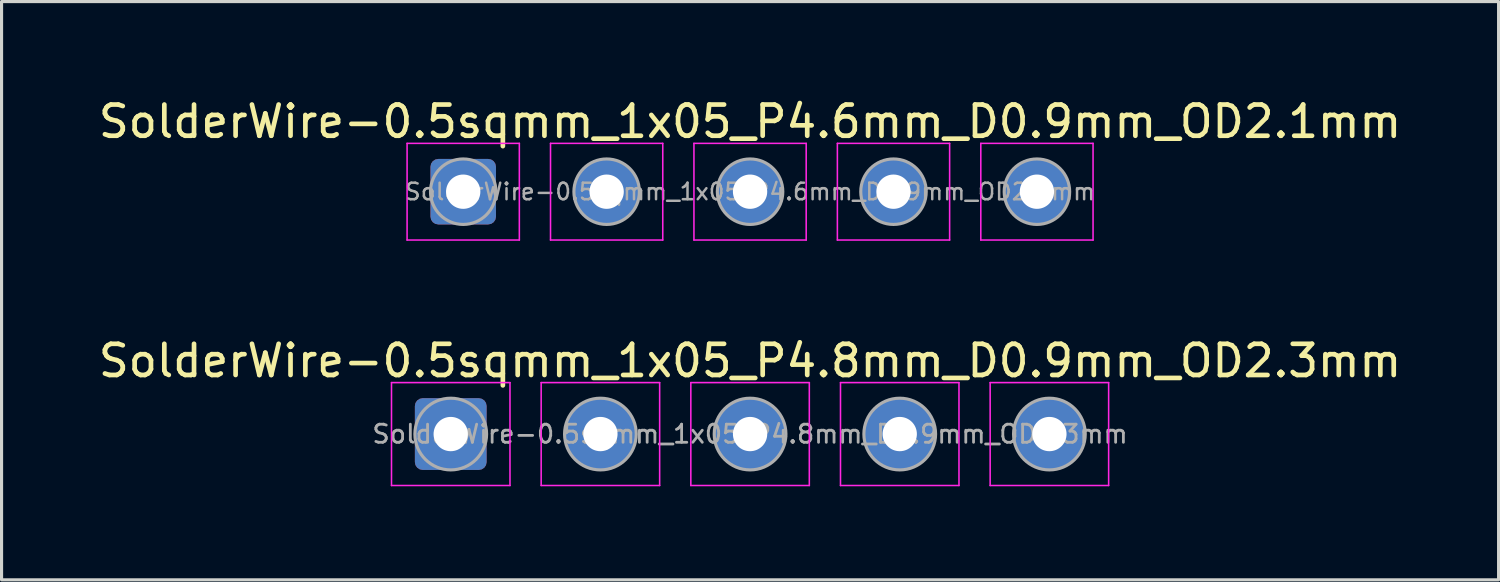
<source format=kicad_pcb>
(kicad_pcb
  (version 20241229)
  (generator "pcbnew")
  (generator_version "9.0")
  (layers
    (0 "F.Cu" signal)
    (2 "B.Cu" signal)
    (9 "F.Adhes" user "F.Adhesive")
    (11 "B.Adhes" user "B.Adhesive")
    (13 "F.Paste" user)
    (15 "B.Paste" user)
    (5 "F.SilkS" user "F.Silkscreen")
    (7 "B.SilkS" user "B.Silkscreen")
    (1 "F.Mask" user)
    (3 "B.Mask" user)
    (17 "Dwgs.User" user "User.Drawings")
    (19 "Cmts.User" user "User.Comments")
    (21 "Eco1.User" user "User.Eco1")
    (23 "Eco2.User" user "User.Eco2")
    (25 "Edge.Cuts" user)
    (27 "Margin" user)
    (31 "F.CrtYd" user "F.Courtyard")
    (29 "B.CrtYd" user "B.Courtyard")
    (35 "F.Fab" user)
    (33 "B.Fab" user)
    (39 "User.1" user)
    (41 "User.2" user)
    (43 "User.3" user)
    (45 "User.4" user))
  (footprint "SolderWire-0.5sqmm_1x05_P4.8mm_D0.9mm_OD2.3mm"
    (layer "F.Cu")
    (at 11.406 10.871)
    (property "Reference" "SolderWire-0.5sqmm_1x05_P4.8mm_D0.9mm_OD2.3mm" (at 9.6 -2.35 0) (layer "F.SilkS") (effects (font (size 1 1) (thickness 0.15))))
    (attr exclude_from_pos_files exclude_from_bom)
    (fp_line (start -1.9 -1.65) (end -1.9 1.65) (stroke (width 0.05) (type solid)) (layer "F.CrtYd"))
    (fp_line (start -1.9 1.65) (end 1.9 1.65) (stroke (width 0.05) (type solid)) (layer "F.CrtYd"))
    (fp_line (start 1.9 -1.65) (end -1.9 -1.65) (stroke (width 0.05) (type solid)) (layer "F.CrtYd"))
    (fp_line (start 1.9 1.65) (end 1.9 -1.65) (stroke (width 0.05) (type solid)) (layer "F.CrtYd"))
    (fp_line (start 2.9 -1.65) (end 2.9 1.65) (stroke (width 0.05) (type solid)) (layer "F.CrtYd"))
    (fp_line (start 2.9 1.65) (end 6.7 1.65) (stroke (width 0.05) (type solid)) (layer "F.CrtYd"))
    (fp_line (start 6.7 -1.65) (end 2.9 -1.65) (stroke (width 0.05) (type solid)) (layer "F.CrtYd"))
    (fp_line (start 6.7 1.65) (end 6.7 -1.65) (stroke (width 0.05) (type solid)) (layer "F.CrtYd"))
    (fp_line (start 7.7 -1.65) (end 7.7 1.65) (stroke (width 0.05) (type solid)) (layer "F.CrtYd"))
    (fp_line (start 7.7 1.65) (end 11.5 1.65) (stroke (width 0.05) (type solid)) (layer "F.CrtYd"))
    (fp_line (start 11.5 -1.65) (end 7.7 -1.65) (stroke (width 0.05) (type solid)) (layer "F.CrtYd"))
    (fp_line (start 11.5 1.65) (end 11.5 -1.65) (stroke (width 0.05) (type solid)) (layer "F.CrtYd"))
    (fp_line (start 12.5 -1.65) (end 12.5 1.65) (stroke (width 0.05) (type solid)) (layer "F.CrtYd"))
    (fp_line (start 12.5 1.65) (end 16.3 1.65) (stroke (width 0.05) (type solid)) (layer "F.CrtYd"))
    (fp_line (start 16.3 -1.65) (end 12.5 -1.65) (stroke (width 0.05) (type solid)) (layer "F.CrtYd"))
    (fp_line (start 16.3 1.65) (end 16.3 -1.65) (stroke (width 0.05) (type solid)) (layer "F.CrtYd"))
    (fp_line (start 17.3 -1.65) (end 17.3 1.65) (stroke (width 0.05) (type solid)) (layer "F.CrtYd"))
    (fp_line (start 17.3 1.65) (end 21.1 1.65) (stroke (width 0.05) (type solid)) (layer "F.CrtYd"))
    (fp_line (start 21.1 -1.65) (end 17.3 -1.65) (stroke (width 0.05) (type solid)) (layer "F.CrtYd"))
    (fp_line (start 21.1 1.65) (end 21.1 -1.65) (stroke (width 0.05) (type solid)) (layer "F.CrtYd"))
    (fp_circle (center 0 0) (end 1.15 0) (stroke (width 0.1) (type solid)) (fill no) (layer "F.Fab"))
    (fp_circle (center 4.8 0) (end 5.95 0) (stroke (width 0.1) (type solid)) (fill no) (layer "F.Fab"))
    (fp_circle (center 9.6 0) (end 10.75 0) (stroke (width 0.1) (type solid)) (fill no) (layer "F.Fab"))
    (fp_circle (center 14.4 0) (end 15.55 0) (stroke (width 0.1) (type solid)) (fill no) (layer "F.Fab"))
    (fp_circle (center 19.2 0) (end 20.35 0) (stroke (width 0.1) (type solid)) (fill no) (layer "F.Fab"))
    (fp_text user "${REFERENCE}" (at 9.6 0 0) (layer "F.Fab") (effects (font (size 0.58 0.58) (thickness 0.09))))
    (pad "1" thru_hole roundrect (at 0 0) (size 2.3 2.3) (drill 1.1) (layers "*.Cu" "*.Mask") (roundrect_rratio 0.109))
    (pad "2" thru_hole circle (at 4.8 0) (size 2.3 2.3) (drill 1.1) (layers "*.Cu" "*.Mask"))
    (pad "3" thru_hole circle (at 9.6 0) (size 2.3 2.3) (drill 1.1) (layers "*.Cu" "*.Mask"))
    (pad "4" thru_hole circle (at 14.4 0) (size 2.3 2.3) (drill 1.1) (layers "*.Cu" "*.Mask"))
    (pad "5" thru_hole circle (at 19.2 0) (size 2.3 2.3) (drill 1.1) (layers "*.Cu" "*.Mask")))
  (footprint "SolderWire-0.5sqmm_1x05_P4.6mm_D0.9mm_OD2.1mm"
    (layer "F.Cu")
    (at 11.806 3.098)
    (property "Reference" "SolderWire-0.5sqmm_1x05_P4.6mm_D0.9mm_OD2.1mm" (at 9.2 -2.25 0) (layer "F.SilkS") (effects (font (size 1 1) (thickness 0.15))))
    (attr exclude_from_pos_files exclude_from_bom)
    (fp_line (start -1.8 -1.55) (end -1.8 1.55) (stroke (width 0.05) (type solid)) (layer "F.CrtYd"))
    (fp_line (start -1.8 1.55) (end 1.8 1.55) (stroke (width 0.05) (type solid)) (layer "F.CrtYd"))
    (fp_line (start 1.8 -1.55) (end -1.8 -1.55) (stroke (width 0.05) (type solid)) (layer "F.CrtYd"))
    (fp_line (start 1.8 1.55) (end 1.8 -1.55) (stroke (width 0.05) (type solid)) (layer "F.CrtYd"))
    (fp_line (start 2.8 -1.55) (end 2.8 1.55) (stroke (width 0.05) (type solid)) (layer "F.CrtYd"))
    (fp_line (start 2.8 1.55) (end 6.4 1.55) (stroke (width 0.05) (type solid)) (layer "F.CrtYd"))
    (fp_line (start 6.4 -1.55) (end 2.8 -1.55) (stroke (width 0.05) (type solid)) (layer "F.CrtYd"))
    (fp_line (start 6.4 1.55) (end 6.4 -1.55) (stroke (width 0.05) (type solid)) (layer "F.CrtYd"))
    (fp_line (start 7.4 -1.55) (end 7.4 1.55) (stroke (width 0.05) (type solid)) (layer "F.CrtYd"))
    (fp_line (start 7.4 1.55) (end 11 1.55) (stroke (width 0.05) (type solid)) (layer "F.CrtYd"))
    (fp_line (start 11 -1.55) (end 7.4 -1.55) (stroke (width 0.05) (type solid)) (layer "F.CrtYd"))
    (fp_line (start 11 1.55) (end 11 -1.55) (stroke (width 0.05) (type solid)) (layer "F.CrtYd"))
    (fp_line (start 12 -1.55) (end 12 1.55) (stroke (width 0.05) (type solid)) (layer "F.CrtYd"))
    (fp_line (start 12 1.55) (end 15.6 1.55) (stroke (width 0.05) (type solid)) (layer "F.CrtYd"))
    (fp_line (start 15.6 -1.55) (end 12 -1.55) (stroke (width 0.05) (type solid)) (layer "F.CrtYd"))
    (fp_line (start 15.6 1.55) (end 15.6 -1.55) (stroke (width 0.05) (type solid)) (layer "F.CrtYd"))
    (fp_line (start 16.6 -1.55) (end 16.6 1.55) (stroke (width 0.05) (type solid)) (layer "F.CrtYd"))
    (fp_line (start 16.6 1.55) (end 20.2 1.55) (stroke (width 0.05) (type solid)) (layer "F.CrtYd"))
    (fp_line (start 20.2 -1.55) (end 16.6 -1.55) (stroke (width 0.05) (type solid)) (layer "F.CrtYd"))
    (fp_line (start 20.2 1.55) (end 20.2 -1.55) (stroke (width 0.05) (type solid)) (layer "F.CrtYd"))
    (fp_circle (center 0 0) (end 1.05 0) (stroke (width 0.1) (type solid)) (fill no) (layer "F.Fab"))
    (fp_circle (center 4.6 0) (end 5.65 0) (stroke (width 0.1) (type solid)) (fill no) (layer "F.Fab"))
    (fp_circle (center 9.2 0) (end 10.25 0) (stroke (width 0.1) (type solid)) (fill no) (layer "F.Fab"))
    (fp_circle (center 13.8 0) (end 14.85 0) (stroke (width 0.1) (type solid)) (fill no) (layer "F.Fab"))
    (fp_circle (center 18.4 0) (end 19.45 0) (stroke (width 0.1) (type solid)) (fill no) (layer "F.Fab"))
    (fp_text user "${REFERENCE}" (at 9.2 0 0) (layer "F.Fab") (effects (font (size 0.53 0.53) (thickness 0.08))))
    (pad "1" thru_hole roundrect (at 0 0) (size 2.1 2.1) (drill 1.1) (layers "*.Cu" "*.Mask") (roundrect_rratio 0.119))
    (pad "2" thru_hole circle (at 4.6 0) (size 2.1 2.1) (drill 1.1) (layers "*.Cu" "*.Mask"))
    (pad "3" thru_hole circle (at 9.2 0) (size 2.1 2.1) (drill 1.1) (layers "*.Cu" "*.Mask"))
    (pad "4" thru_hole circle (at 13.8 0) (size 2.1 2.1) (drill 1.1) (layers "*.Cu" "*.Mask"))
    (pad "5" thru_hole circle (at 18.4 0) (size 2.1 2.1) (drill 1.1) (layers "*.Cu" "*.Mask")))
  (gr_rect
    (start -3 -3)
    (end 45.012 15.546)
    (stroke (width 0.1) (type default))
    (fill no)
    (layer "Edge.Cuts")))
</source>
